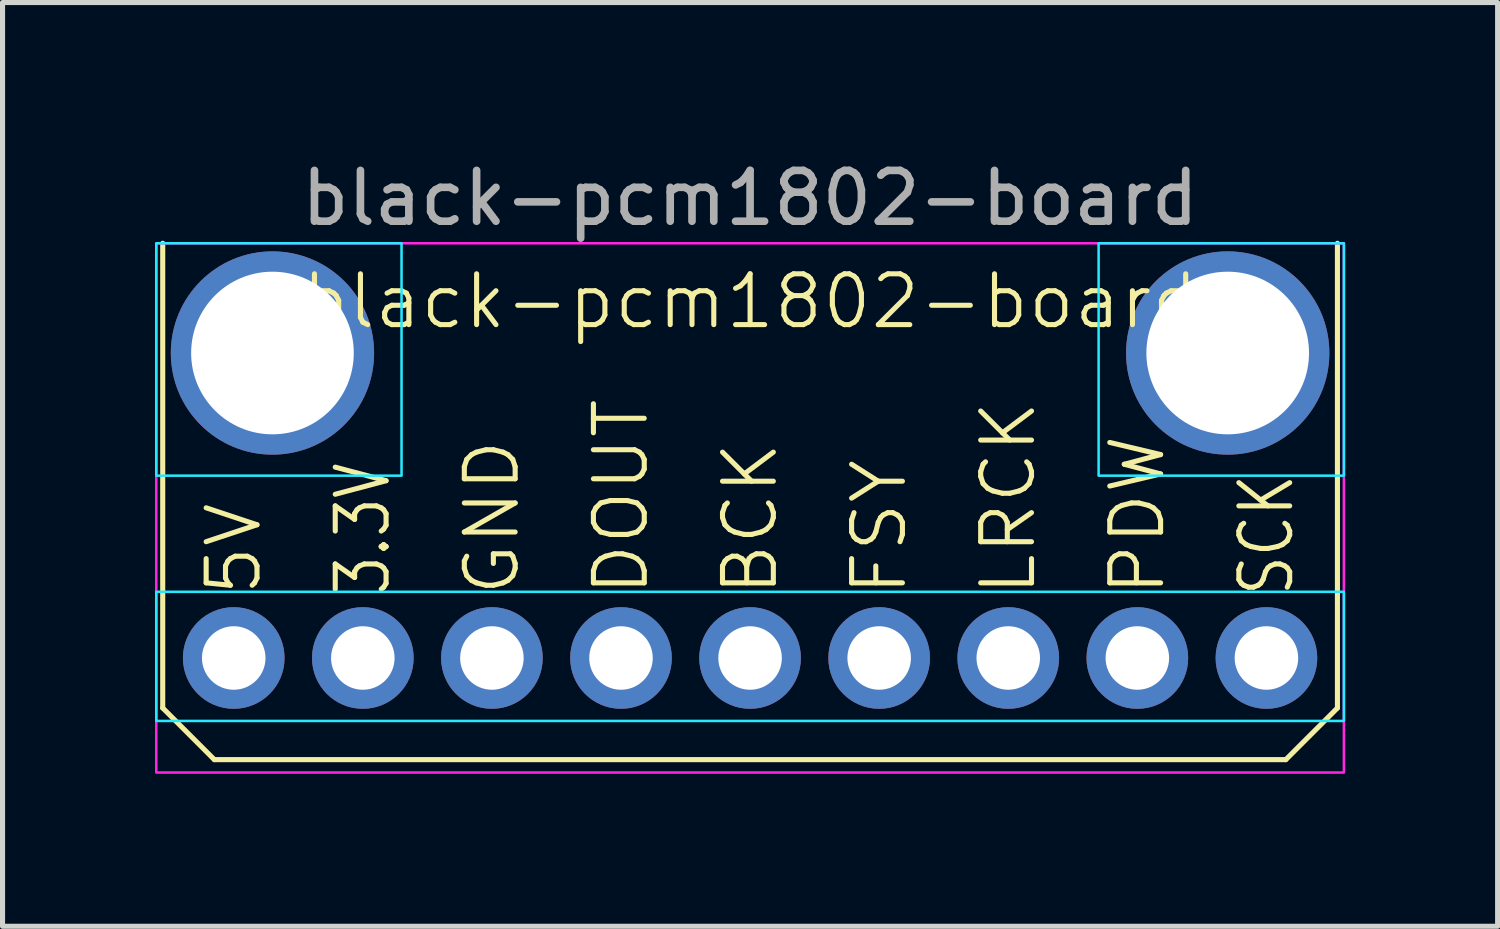
<source format=kicad_pcb>
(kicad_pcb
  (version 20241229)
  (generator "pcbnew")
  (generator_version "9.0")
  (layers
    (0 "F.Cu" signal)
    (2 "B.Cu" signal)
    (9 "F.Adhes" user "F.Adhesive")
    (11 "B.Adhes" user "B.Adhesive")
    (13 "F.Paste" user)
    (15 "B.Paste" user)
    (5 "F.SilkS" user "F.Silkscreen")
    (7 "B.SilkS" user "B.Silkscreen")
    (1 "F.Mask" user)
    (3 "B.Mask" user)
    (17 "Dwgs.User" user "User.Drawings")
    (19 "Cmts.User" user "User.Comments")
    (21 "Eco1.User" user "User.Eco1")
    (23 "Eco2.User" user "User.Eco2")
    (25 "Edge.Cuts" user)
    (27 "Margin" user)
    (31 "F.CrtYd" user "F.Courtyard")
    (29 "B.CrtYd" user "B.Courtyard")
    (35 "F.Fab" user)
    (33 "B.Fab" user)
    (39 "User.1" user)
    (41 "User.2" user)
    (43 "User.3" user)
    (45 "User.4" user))
  (footprint "black-pcm1802-board"
    (layer "F.Cu")
    (at 11.709 11.897)
    (property "Reference" "black-pcm1802-board" (at 0 -9.017 0) (unlocked yes) (layer "F.SilkS") (effects (font (size 1 1) (thickness 0.1))))
    (attr through_hole)
    (fp_line (start -11.557 -1.016) (end -11.557 -10.16) (stroke (width 0.1) (type default)) (layer "F.SilkS"))
    (fp_line (start -11.557 -1.016) (end -10.541 0) (stroke (width 0.1) (type default)) (layer "F.SilkS"))
    (fp_line (start 10.541 0) (end -10.541 0) (stroke (width 0.1) (type default)) (layer "F.SilkS"))
    (fp_line (start 11.557 -1.016) (end 10.541 0) (stroke (width 0.1) (type default)) (layer "F.SilkS"))
    (fp_line (start 11.557 -1.016) (end 11.557 -10.16) (stroke (width 0.1) (type default)) (layer "F.SilkS"))
    (fp_rect (start -11.684 -10.16) (end -6.858 -5.588) (stroke (width 0.05) (type default)) (fill no) (layer "B.CrtYd"))
    (fp_rect (start -11.684 -3.302) (end 11.684 -0.762) (stroke (width 0.05) (type default)) (fill no) (layer "B.CrtYd"))
    (fp_rect (start 6.858 -10.16) (end 11.684 -5.588) (stroke (width 0.05) (type default)) (fill no) (layer "B.CrtYd"))
    (fp_rect (start -11.684 0.254) (end 11.684 -10.16) (stroke (width 0.05) (type default)) (fill no) (layer "F.CrtYd"))
    (fp_text user "PDW" (at 7.62 -3.175 90) (unlocked yes) (layer "F.SilkS") (effects (font (size 1 1) (thickness 0.1)) (justify left)))
    (fp_text user "FSY" (at 2.54 -3.175 90) (unlocked yes) (layer "F.SilkS") (effects (font (size 1 1) (thickness 0.1)) (justify left)))
    (fp_text user "DOUT" (at -2.54 -3.175 90) (unlocked yes) (layer "F.SilkS") (effects (font (size 1 1) (thickness 0.1)) (justify left)))
    (fp_text user "BCK" (at 0 -3.175 90) (unlocked yes) (layer "F.SilkS") (effects (font (size 1 1) (thickness 0.1)) (justify left)))
    (fp_text user "GND" (at -5.08 -3.175 90) (unlocked yes) (layer "F.SilkS") (effects (font (size 1 1) (thickness 0.1)) (justify left)))
    (fp_text user "SCK" (at 10.16 -3.175 90) (unlocked yes) (layer "F.SilkS") (effects (font (size 1 0.8) (thickness 0.1)) (justify left)))
    (fp_text user "LRCK" (at 5.08 -3.175 90) (unlocked yes) (layer "F.SilkS") (effects (font (size 1 1) (thickness 0.1)) (justify left)))
    (fp_text user "5V" (at -10.16 -3.175 90) (unlocked yes) (layer "F.SilkS") (effects (font (size 1 1) (thickness 0.1)) (justify left)))
    (fp_text user "3.3V" (at -7.62 -3.175 90) (unlocked yes) (layer "F.SilkS") (effects (font (size 1 0.8) (thickness 0.1)) (justify left)))
    (fp_text user "${REFERENCE}" (at 0 -11.049 0) (unlocked yes) (layer "F.Fab") (effects (font (size 1 1) (thickness 0.15))))
    (pad "" thru_hole circle (at -9.398 -8.001) (size 4 4) (drill 3.2) (layers "*.Cu" "*.Mask"))
    (pad "" thru_hole circle (at 9.398 -8.001) (size 4 4) (drill 3.2) (layers "*.Cu" "*.Mask"))
    (pad "1" thru_hole circle (at -10.16 -2) (size 2 2) (drill 1.25) (layers "*.Cu" "*.Mask"))
    (pad "2" thru_hole circle (at -7.62 -2) (size 2 2) (drill 1.25) (layers "*.Cu" "*.Mask"))
    (pad "3" thru_hole circle (at -5.08 -2) (size 2 2) (drill 1.25) (layers "*.Cu" "*.Mask"))
    (pad "4" thru_hole circle (at -2.54 -2) (size 2 2) (drill 1.25) (layers "*.Cu" "*.Mask"))
    (pad "5" thru_hole circle (at 0 -2) (size 2 2) (drill 1.25) (layers "*.Cu" "*.Mask"))
    (pad "6" thru_hole circle (at 2.54 -2) (size 2 2) (drill 1.25) (layers "*.Cu" "*.Mask"))
    (pad "7" thru_hole circle (at 5.08 -2) (size 2 2) (drill 1.25) (layers "*.Cu" "*.Mask"))
    (pad "8" thru_hole circle (at 7.62 -2) (size 2 2) (drill 1.25) (layers "*.Cu" "*.Mask"))
    (pad "9" thru_hole circle (at 10.16 -2) (size 2 2) (drill 1.25) (layers "*.Cu" "*.Mask")))
  (gr_rect
    (start -3 -3)
    (end 26.418 15.176)
    (stroke (width 0.1) (type default))
    (fill no)
    (layer "Edge.Cuts")))
</source>
